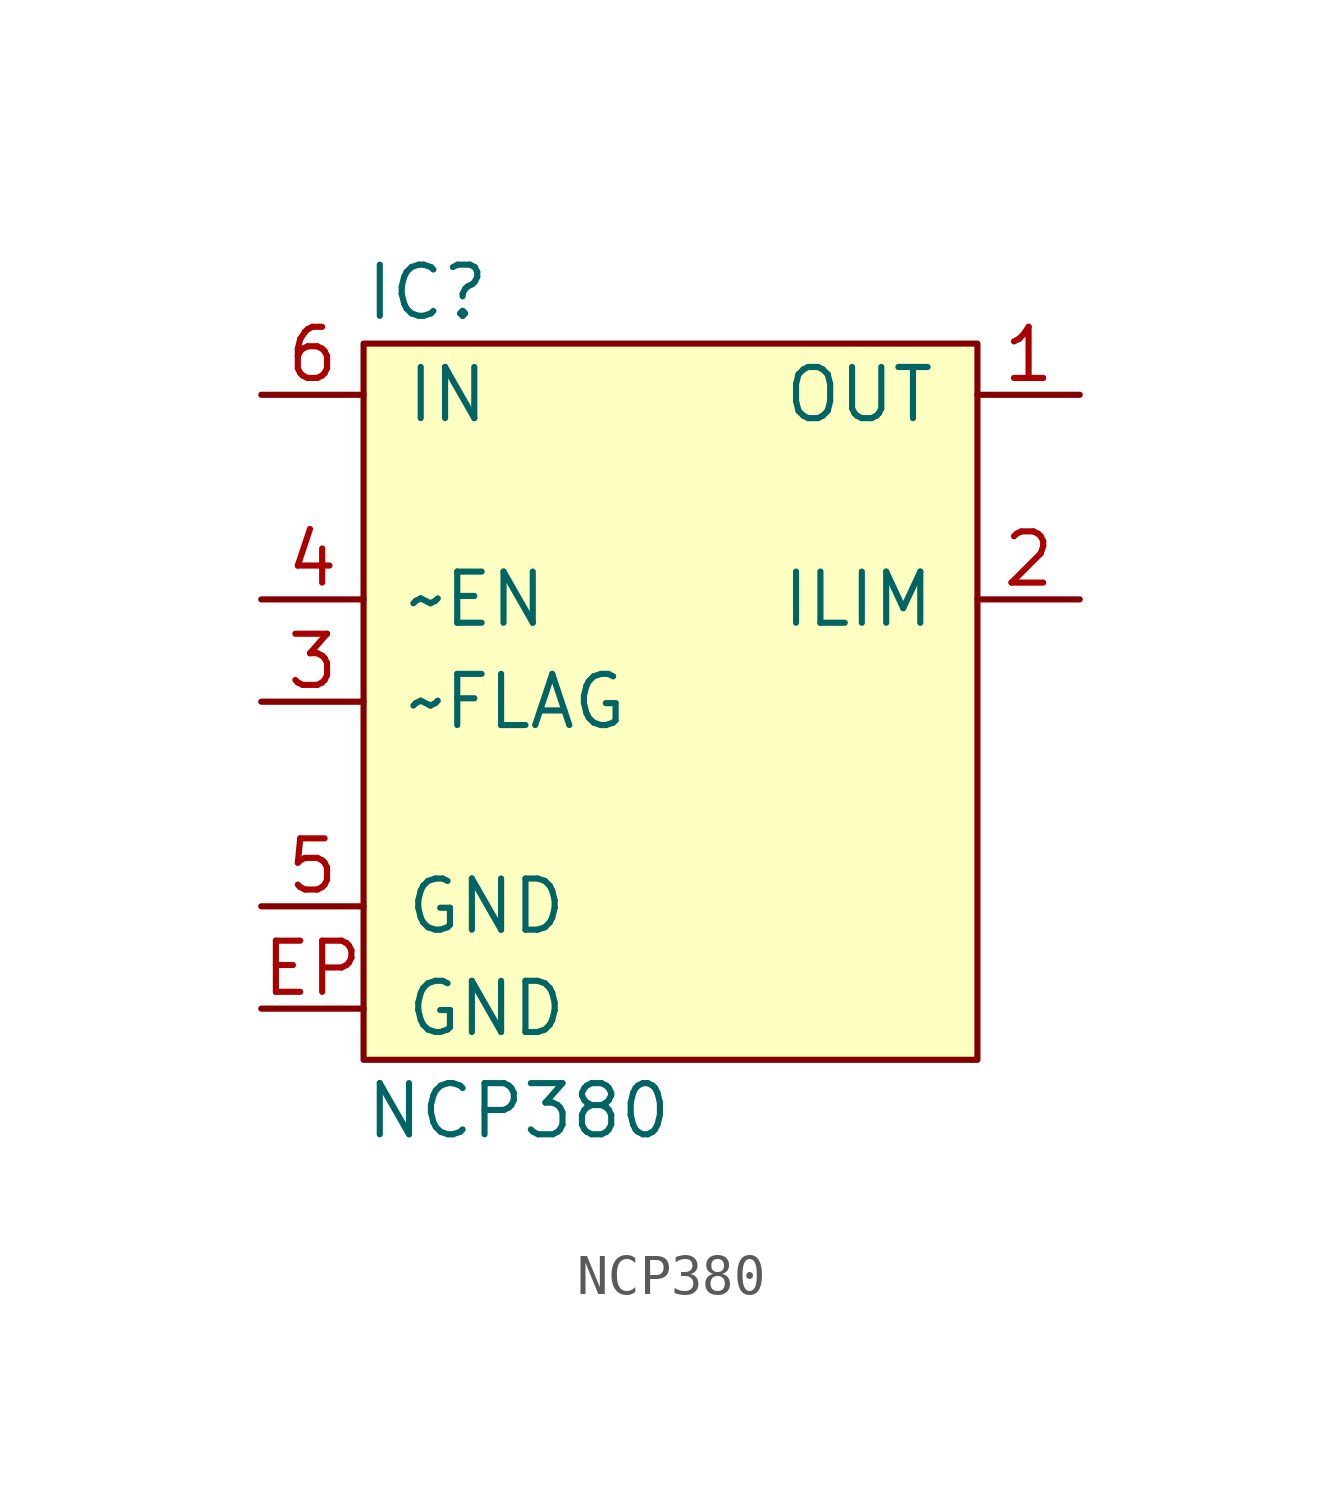
<source format=kicad_sym>
(kicad_symbol_lib
  (version 20211014)
  (generator agg_kicad.build_lib_ic)
  (symbol "NCP380"
    (pin_names
      (offset 1.016))
    (property Reference IC
      (at -7.62 10.16 0)
      (effects (font (size 1.27 1.27)) (justify left)))
    (property Value "NCP380"
      (at -7.62 -10.16 0)
      (effects (font (size 1.27 1.27)) (justify left)))
    (symbol "NCP380_0_0"
      (rectangle (start -7.62 8.89) (end 7.62 -8.89) (stroke (width 0) (type default) (color 0 0 0 0)) (fill (type background)))
      (pin power_in line (at -10.16 7.62 0) (length 2.54) (name IN (effects (font (size 1.27 1.27)))) (number "6" (effects (font (size 1.27 1.27)))))
      (pin input line (at -10.16 2.54 0) (length 2.54) (name "~EN" (effects (font (size 1.27 1.27)))) (number "4" (effects (font (size 1.27 1.27)))))
      (pin open_collector line (at -10.16 0 0) (length 2.54) (name "~FLAG" (effects (font (size 1.27 1.27)))) (number "3" (effects (font (size 1.27 1.27)))))
      (pin power_in line (at -10.16 -5.08 0) (length 2.54) (name GND (effects (font (size 1.27 1.27)))) (number "5" (effects (font (size 1.27 1.27)))))
      (pin power_in line (at -10.16 -7.62 0) (length 2.54) (name GND (effects (font (size 1.27 1.27)))) (number EP (effects (font (size 1.27 1.27)))))
      (pin power_out line (at 10.16 7.62 180) (length 2.54) (name OUT (effects (font (size 1.27 1.27)))) (number "1" (effects (font (size 1.27 1.27)))))
      (pin input line (at 10.16 2.54 180) (length 2.54) (name ILIM (effects (font (size 1.27 1.27)))) (number "2" (effects (font (size 1.27 1.27))))))))
</source>
